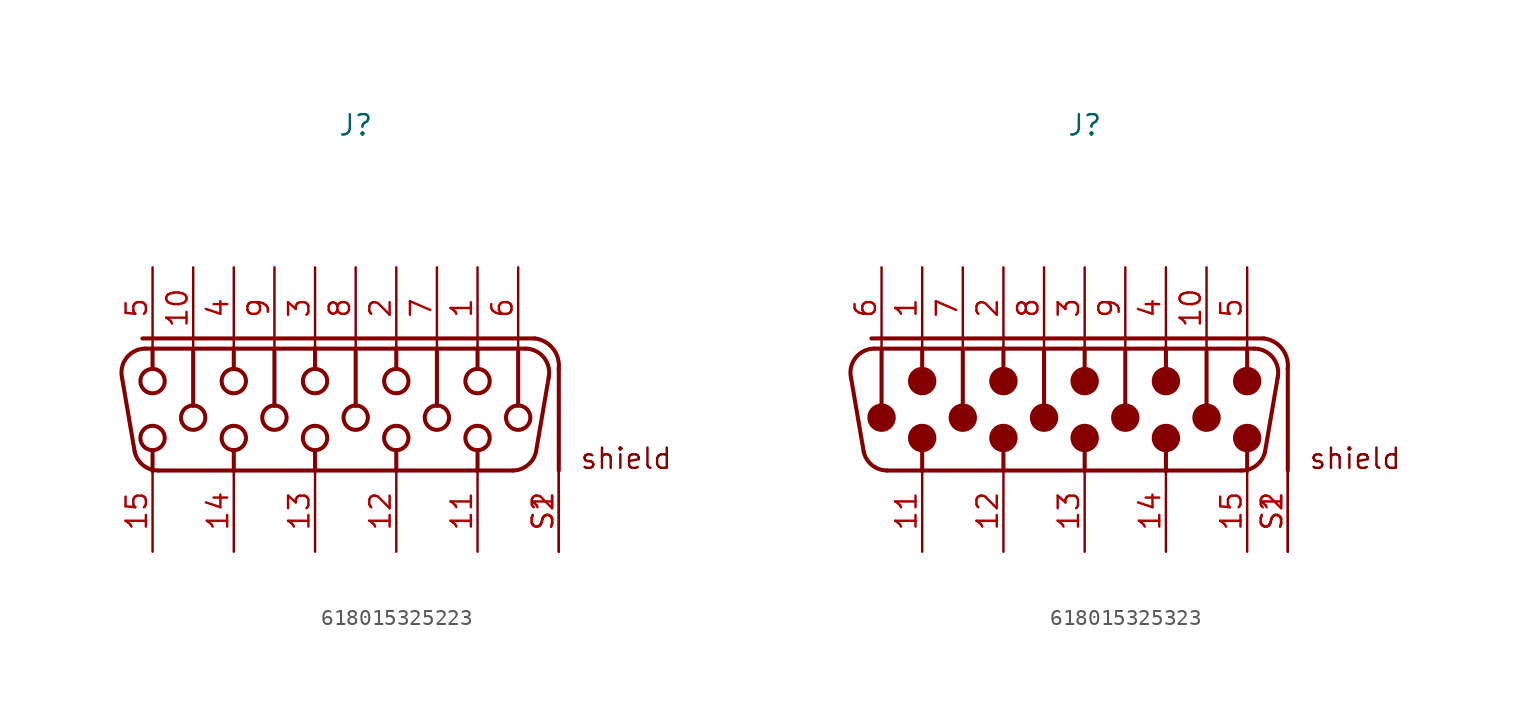
<source format=kicad_sym>
(kicad_symbol_lib
  (version 20241209)
  (generator "kicad_symbol_editor")
  (generator_version "9.0")
  (symbol "618015325223"
    (pin_names
      (hide yes))
    (property "Reference" "J"
      (at 0 17.78 0)
      (effects (font (size 1.27 1.27))))
    (symbol "618015325223_1_0"
      (polyline (pts (xy -13.813 -2.655) (xy -14.604 1.965)) (stroke (width 0.254) (type solid)) (fill (type none)))
      (polyline (pts (xy -13.335 4.445) (xy 11.2 4.445)) (stroke (width 0.254) (type solid)) (fill (type none)))
      (polyline (pts (xy -13.144 3.81) (xy 10.604 3.81)) (stroke (width 0.254) (type solid)) (fill (type none)))
      (arc (start -14.6042 1.965) (mid -14.3207 3.2407) (end -13.1443 3.81) (stroke (width 0.254) (type solid)) (fill (type none)))
      (polyline (pts (xy -12.7 3.85) (xy -12.7 2.57)) (stroke (width 0.254) (type solid)) (fill (type none)))
      (circle (center -12.7 1.778) (radius 0.762) (stroke (width 0.254) (type solid)) (fill (type none)))
      (circle (center -12.7 -1.778) (radius 0.762) (stroke (width 0.254) (type solid)) (fill (type none)))
      (polyline (pts (xy -12.7 -3.85) (xy -12.7 -2.57)) (stroke (width 0.254) (type solid)) (fill (type none)))
      (arc (start -12.353 -3.81) (mid -13.2838 -3.4862) (end -13.8128 -2.6547) (stroke (width 0.254) (type solid)) (fill (type none)))
      (polyline (pts (xy -10.16 3.81) (xy -10.16 0.23)) (stroke (width 0.254) (type solid)) (fill (type none)))
      (circle (center -10.16 -0.508) (radius 0.762) (stroke (width 0.254) (type solid)) (fill (type none)))
      (polyline (pts (xy -7.62 3.85) (xy -7.62 2.57)) (stroke (width 0.254) (type solid)) (fill (type none)))
      (circle (center -7.62 1.778) (radius 0.762) (stroke (width 0.254) (type solid)) (fill (type none)))
      (circle (center -7.62 -1.778) (radius 0.762) (stroke (width 0.254) (type solid)) (fill (type none)))
      (polyline (pts (xy -7.62 -3.85) (xy -7.62 -2.57)) (stroke (width 0.254) (type solid)) (fill (type none)))
      (polyline (pts (xy -5.08 3.81) (xy -5.08 0.23)) (stroke (width 0.254) (type solid)) (fill (type none)))
      (circle (center -5.08 -0.508) (radius 0.762) (stroke (width 0.254) (type solid)) (fill (type none)))
      (polyline (pts (xy -2.54 3.85) (xy -2.54 2.57)) (stroke (width 0.254) (type solid)) (fill (type none)))
      (circle (center -2.54 1.778) (radius 0.762) (stroke (width 0.254) (type solid)) (fill (type none)))
      (circle (center -2.54 -1.778) (radius 0.762) (stroke (width 0.254) (type solid)) (fill (type none)))
      (polyline (pts (xy -2.54 -3.85) (xy -2.54 -2.57)) (stroke (width 0.254) (type solid)) (fill (type none)))
      (polyline (pts (xy 0 3.81) (xy 0 0.23)) (stroke (width 0.254) (type solid)) (fill (type none)))
      (circle (center 0 -0.508) (radius 0.762) (stroke (width 0.254) (type solid)) (fill (type none)))
      (polyline (pts (xy 2.54 3.85) (xy 2.54 2.57)) (stroke (width 0.254) (type solid)) (fill (type none)))
      (circle (center 2.54 1.778) (radius 0.762) (stroke (width 0.254) (type solid)) (fill (type none)))
      (circle (center 2.54 -1.778) (radius 0.762) (stroke (width 0.254) (type solid)) (fill (type none)))
      (polyline (pts (xy 2.54 -3.85) (xy 2.54 -2.57)) (stroke (width 0.254) (type solid)) (fill (type none)))
      (polyline (pts (xy 5.08 3.81) (xy 5.08 0.23)) (stroke (width 0.254) (type solid)) (fill (type none)))
      (circle (center 5.08 -0.508) (radius 0.762) (stroke (width 0.254) (type solid)) (fill (type none)))
      (polyline (pts (xy 7.62 3.85) (xy 7.62 2.57)) (stroke (width 0.254) (type solid)) (fill (type none)))
      (circle (center 7.62 1.778) (radius 0.762) (stroke (width 0.254) (type solid)) (fill (type none)))
      (circle (center 7.62 -1.778) (radius 0.762) (stroke (width 0.254) (type solid)) (fill (type none)))
      (polyline (pts (xy 7.62 -3.85) (xy 7.62 -2.57)) (stroke (width 0.254) (type solid)) (fill (type none)))
      (arc (start 11.2728 -2.6548) (mid 10.7437 -3.4863) (end 9.8129 -3.81) (stroke (width 0.254) (type solid)) (fill (type none)))
      (polyline (pts (xy 9.813 -3.81) (xy -12.353 -3.81)) (stroke (width 0.254) (type solid)) (fill (type none)))
      (polyline (pts (xy 10.16 3.81) (xy 10.16 0.23)) (stroke (width 0.254) (type solid)) (fill (type none)))
      (circle (center 10.16 -0.508) (radius 0.762) (stroke (width 0.254) (type solid)) (fill (type none)))
      (arc (start 10.6043 3.81) (mid 11.7807 3.2407) (end 12.0642 1.965) (stroke (width 0.254) (type solid)) (fill (type none)))
      (arc (start 11.2 4.445) (mid 12.3464 3.8046) (end 12.7 2.54) (stroke (width 0.254) (type solid)) (fill (type none)))
      (polyline (pts (xy 12.064 1.965) (xy 11.273 -2.655)) (stroke (width 0.254) (type solid)) (fill (type none)))
      (polyline (pts (xy 12.7 -3.81) (xy 12.7 2.54)) (stroke (width 0.254) (type solid)) (fill (type none)))
      (pin passive line (at -12.7 8.89 270) (length 5.08) (name "5" (effects (font (size 1.27 1.27)))) (number "5" (effects (font (size 1.27 1.27)))))
      (pin passive line (at -12.7 -8.89 90) (length 5.08) (name "15" (effects (font (size 1.27 1.27)))) (number "15" (effects (font (size 1.27 1.27)))))
      (pin passive line (at -10.16 8.89 270) (length 5.08) (name "10" (effects (font (size 1.27 1.27)))) (number "10" (effects (font (size 1.27 1.27)))))
      (pin passive line (at -7.62 8.89 270) (length 5.08) (name "4" (effects (font (size 1.27 1.27)))) (number "4" (effects (font (size 1.27 1.27)))))
      (pin passive line (at -7.62 -8.89 90) (length 5.08) (name "14" (effects (font (size 1.27 1.27)))) (number "14" (effects (font (size 1.27 1.27)))))
      (pin passive line (at -5.08 8.89 270) (length 5.08) (name "9" (effects (font (size 1.27 1.27)))) (number "9" (effects (font (size 1.27 1.27)))))
      (pin passive line (at -2.54 8.89 270) (length 5.08) (name "3" (effects (font (size 1.27 1.27)))) (number "3" (effects (font (size 1.27 1.27)))))
      (pin passive line (at -2.54 -8.89 90) (length 5.08) (name "13" (effects (font (size 1.27 1.27)))) (number "13" (effects (font (size 1.27 1.27)))))
      (pin passive line (at 0 8.89 270) (length 5.08) (name "8" (effects (font (size 1.27 1.27)))) (number "8" (effects (font (size 1.27 1.27)))))
      (pin passive line (at 2.54 8.89 270) (length 5.08) (name "2" (effects (font (size 1.27 1.27)))) (number "2" (effects (font (size 1.27 1.27)))))
      (pin passive line (at 2.54 -8.89 90) (length 5.08) (name "12" (effects (font (size 1.27 1.27)))) (number "12" (effects (font (size 1.27 1.27)))))
      (pin passive line (at 5.08 8.89 270) (length 5.08) (name "7" (effects (font (size 1.27 1.27)))) (number "7" (effects (font (size 1.27 1.27)))))
      (pin passive line (at 7.62 8.89 270) (length 5.08) (name "1" (effects (font (size 1.27 1.27)))) (number "1" (effects (font (size 1.27 1.27)))))
      (pin passive line (at 7.62 -8.89 90) (length 5.08) (name "11" (effects (font (size 1.27 1.27)))) (number "11" (effects (font (size 1.27 1.27)))))
      (pin passive line (at 10.16 8.89 270) (length 5.08) (name "6" (effects (font (size 1.27 1.27)))) (number "6" (effects (font (size 1.27 1.27)))))
      (pin passive line (at 12.7 -8.89 90) (length 5.08) (name "SHIELD" (effects (font (size 1.27 1.27)))) (number "S1" (effects (font (size 1.27 1.27)))))
      (pin passive line (at 12.7 -8.89 90) (length 5.08) (name "SHIELD" (effects (font (size 1.27 1.27)))) (number "S2" (effects (font (size 1.27 1.27))))))
    (symbol "618015325223_1_1"
      (text "shield" (at 13.97 -3.81 0) (effects (font (size 1.27 1.27)) (justify left bottom)))))
  (symbol "618015325323"
    (pin_names
      (hide yes))
    (property "Reference" "J"
      (at 0 17.78 0)
      (effects (font (size 1.27 1.27))))
    (symbol "618015325323_1_0"
      (polyline (pts (xy -13.813 -2.655) (xy -14.604 1.965)) (stroke (width 0.254) (type solid)) (fill (type none)))
      (polyline (pts (xy -13.335 4.445) (xy 11.2 4.445)) (stroke (width 0.254) (type solid)) (fill (type none)))
      (polyline (pts (xy -13.144 3.81) (xy 10.604 3.81)) (stroke (width 0.254) (type solid)) (fill (type none)))
      (arc (start -14.6042 1.965) (mid -14.3207 3.2407) (end -13.1443 3.81) (stroke (width 0.254) (type solid)) (fill (type none)))
      (polyline (pts (xy -12.7 3.81) (xy -12.7 -0.87)) (stroke (width 0.254) (type solid)) (fill (type none)))
      (circle (center -12.7 -0.508) (radius 0.762) (stroke (width 0.254) (type solid)) (fill (type outline)))
      (arc (start -12.353 -3.81) (mid -13.2838 -3.4862) (end -13.8128 -2.6547) (stroke (width 0.254) (type solid)) (fill (type none)))
      (polyline (pts (xy -10.16 3.85) (xy -10.16 1.67)) (stroke (width 0.254) (type solid)) (fill (type none)))
      (circle (center -10.16 1.778) (radius 0.762) (stroke (width 0.254) (type solid)) (fill (type outline)))
      (circle (center -10.16 -1.778) (radius 0.762) (stroke (width 0.254) (type solid)) (fill (type outline)))
      (polyline (pts (xy -10.16 -3.85) (xy -10.16 -1.67)) (stroke (width 0.254) (type solid)) (fill (type none)))
      (polyline (pts (xy -7.62 3.81) (xy -7.62 -0.87)) (stroke (width 0.254) (type solid)) (fill (type none)))
      (circle (center -7.62 -0.508) (radius 0.762) (stroke (width 0.254) (type solid)) (fill (type outline)))
      (polyline (pts (xy -5.08 3.85) (xy -5.08 1.67)) (stroke (width 0.254) (type solid)) (fill (type none)))
      (circle (center -5.08 1.778) (radius 0.762) (stroke (width 0.254) (type solid)) (fill (type outline)))
      (circle (center -5.08 -1.778) (radius 0.762) (stroke (width 0.254) (type solid)) (fill (type outline)))
      (polyline (pts (xy -5.08 -3.85) (xy -5.08 -1.67)) (stroke (width 0.254) (type solid)) (fill (type none)))
      (polyline (pts (xy -2.54 3.81) (xy -2.54 -0.87)) (stroke (width 0.254) (type solid)) (fill (type none)))
      (circle (center -2.54 -0.508) (radius 0.762) (stroke (width 0.254) (type solid)) (fill (type outline)))
      (polyline (pts (xy 0 3.85) (xy 0 1.67)) (stroke (width 0.254) (type solid)) (fill (type none)))
      (circle (center 0 1.778) (radius 0.762) (stroke (width 0.254) (type solid)) (fill (type outline)))
      (circle (center 0 -1.778) (radius 0.762) (stroke (width 0.254) (type solid)) (fill (type outline)))
      (polyline (pts (xy 0 -3.85) (xy 0 -1.67)) (stroke (width 0.254) (type solid)) (fill (type none)))
      (polyline (pts (xy 2.54 3.81) (xy 2.54 -0.87)) (stroke (width 0.254) (type solid)) (fill (type none)))
      (circle (center 2.54 -0.508) (radius 0.762) (stroke (width 0.254) (type solid)) (fill (type outline)))
      (polyline (pts (xy 5.08 3.85) (xy 5.08 1.67)) (stroke (width 0.254) (type solid)) (fill (type none)))
      (circle (center 5.08 1.778) (radius 0.762) (stroke (width 0.254) (type solid)) (fill (type outline)))
      (circle (center 5.08 -1.778) (radius 0.762) (stroke (width 0.254) (type solid)) (fill (type outline)))
      (polyline (pts (xy 5.08 -3.85) (xy 5.08 -1.67)) (stroke (width 0.254) (type solid)) (fill (type none)))
      (polyline (pts (xy 7.62 3.81) (xy 7.62 -0.87)) (stroke (width 0.254) (type solid)) (fill (type none)))
      (circle (center 7.62 -0.508) (radius 0.762) (stroke (width 0.254) (type solid)) (fill (type outline)))
      (arc (start 11.2728 -2.6548) (mid 10.7437 -3.4863) (end 9.8129 -3.81) (stroke (width 0.254) (type solid)) (fill (type none)))
      (polyline (pts (xy 9.813 -3.81) (xy -12.353 -3.81)) (stroke (width 0.254) (type solid)) (fill (type none)))
      (polyline (pts (xy 10.16 3.85) (xy 10.16 1.67)) (stroke (width 0.254) (type solid)) (fill (type none)))
      (circle (center 10.16 1.778) (radius 0.762) (stroke (width 0.254) (type solid)) (fill (type outline)))
      (circle (center 10.16 -1.778) (radius 0.762) (stroke (width 0.254) (type solid)) (fill (type outline)))
      (polyline (pts (xy 10.16 -3.85) (xy 10.16 -1.67)) (stroke (width 0.254) (type solid)) (fill (type none)))
      (arc (start 10.6043 3.81) (mid 11.7807 3.2407) (end 12.0642 1.965) (stroke (width 0.254) (type solid)) (fill (type none)))
      (arc (start 11.2 4.445) (mid 12.3464 3.8046) (end 12.7 2.54) (stroke (width 0.254) (type solid)) (fill (type none)))
      (polyline (pts (xy 12.064 1.965) (xy 11.273 -2.655)) (stroke (width 0.254) (type solid)) (fill (type none)))
      (polyline (pts (xy 12.7 -3.81) (xy 12.7 2.54)) (stroke (width 0.254) (type solid)) (fill (type none)))
      (pin passive line (at -12.7 8.89 270) (length 5.08) (name "6" (effects (font (size 1.27 1.27)))) (number "6" (effects (font (size 1.27 1.27)))))
      (pin passive line (at -10.16 8.89 270) (length 5.08) (name "1" (effects (font (size 1.27 1.27)))) (number "1" (effects (font (size 1.27 1.27)))))
      (pin passive line (at -10.16 -8.89 90) (length 5.08) (name "11" (effects (font (size 1.27 1.27)))) (number "11" (effects (font (size 1.27 1.27)))))
      (pin passive line (at -7.62 8.89 270) (length 5.08) (name "7" (effects (font (size 1.27 1.27)))) (number "7" (effects (font (size 1.27 1.27)))))
      (pin passive line (at -5.08 8.89 270) (length 5.08) (name "2" (effects (font (size 1.27 1.27)))) (number "2" (effects (font (size 1.27 1.27)))))
      (pin passive line (at -5.08 -8.89 90) (length 5.08) (name "12" (effects (font (size 1.27 1.27)))) (number "12" (effects (font (size 1.27 1.27)))))
      (pin passive line (at -2.54 8.89 270) (length 5.08) (name "8" (effects (font (size 1.27 1.27)))) (number "8" (effects (font (size 1.27 1.27)))))
      (pin passive line (at 0 8.89 270) (length 5.08) (name "3" (effects (font (size 1.27 1.27)))) (number "3" (effects (font (size 1.27 1.27)))))
      (pin passive line (at 0 -8.89 90) (length 5.08) (name "13" (effects (font (size 1.27 1.27)))) (number "13" (effects (font (size 1.27 1.27)))))
      (pin passive line (at 2.54 8.89 270) (length 5.08) (name "9" (effects (font (size 1.27 1.27)))) (number "9" (effects (font (size 1.27 1.27)))))
      (pin passive line (at 5.08 8.89 270) (length 5.08) (name "4" (effects (font (size 1.27 1.27)))) (number "4" (effects (font (size 1.27 1.27)))))
      (pin passive line (at 5.08 -8.89 90) (length 5.08) (name "14" (effects (font (size 1.27 1.27)))) (number "14" (effects (font (size 1.27 1.27)))))
      (pin passive line (at 7.62 8.89 270) (length 5.08) (name "10" (effects (font (size 1.27 1.27)))) (number "10" (effects (font (size 1.27 1.27)))))
      (pin passive line (at 10.16 8.89 270) (length 5.08) (name "5" (effects (font (size 1.27 1.27)))) (number "5" (effects (font (size 1.27 1.27)))))
      (pin passive line (at 10.16 -8.89 90) (length 5.08) (name "15" (effects (font (size 1.27 1.27)))) (number "15" (effects (font (size 1.27 1.27)))))
      (pin passive line (at 12.7 -8.89 90) (length 5.08) (name "SHIELD" (effects (font (size 1.27 1.27)))) (number "S1" (effects (font (size 1.27 1.27)))))
      (pin passive line (at 12.7 -8.89 90) (length 5.08) (name "SHIELD" (effects (font (size 1.27 1.27)))) (number "S2" (effects (font (size 1.27 1.27))))))
    (symbol "618015325323_1_1"
      (text "shield" (at 13.97 -3.81 0) (effects (font (size 1.27 1.27)) (justify left bottom))))))
</source>
